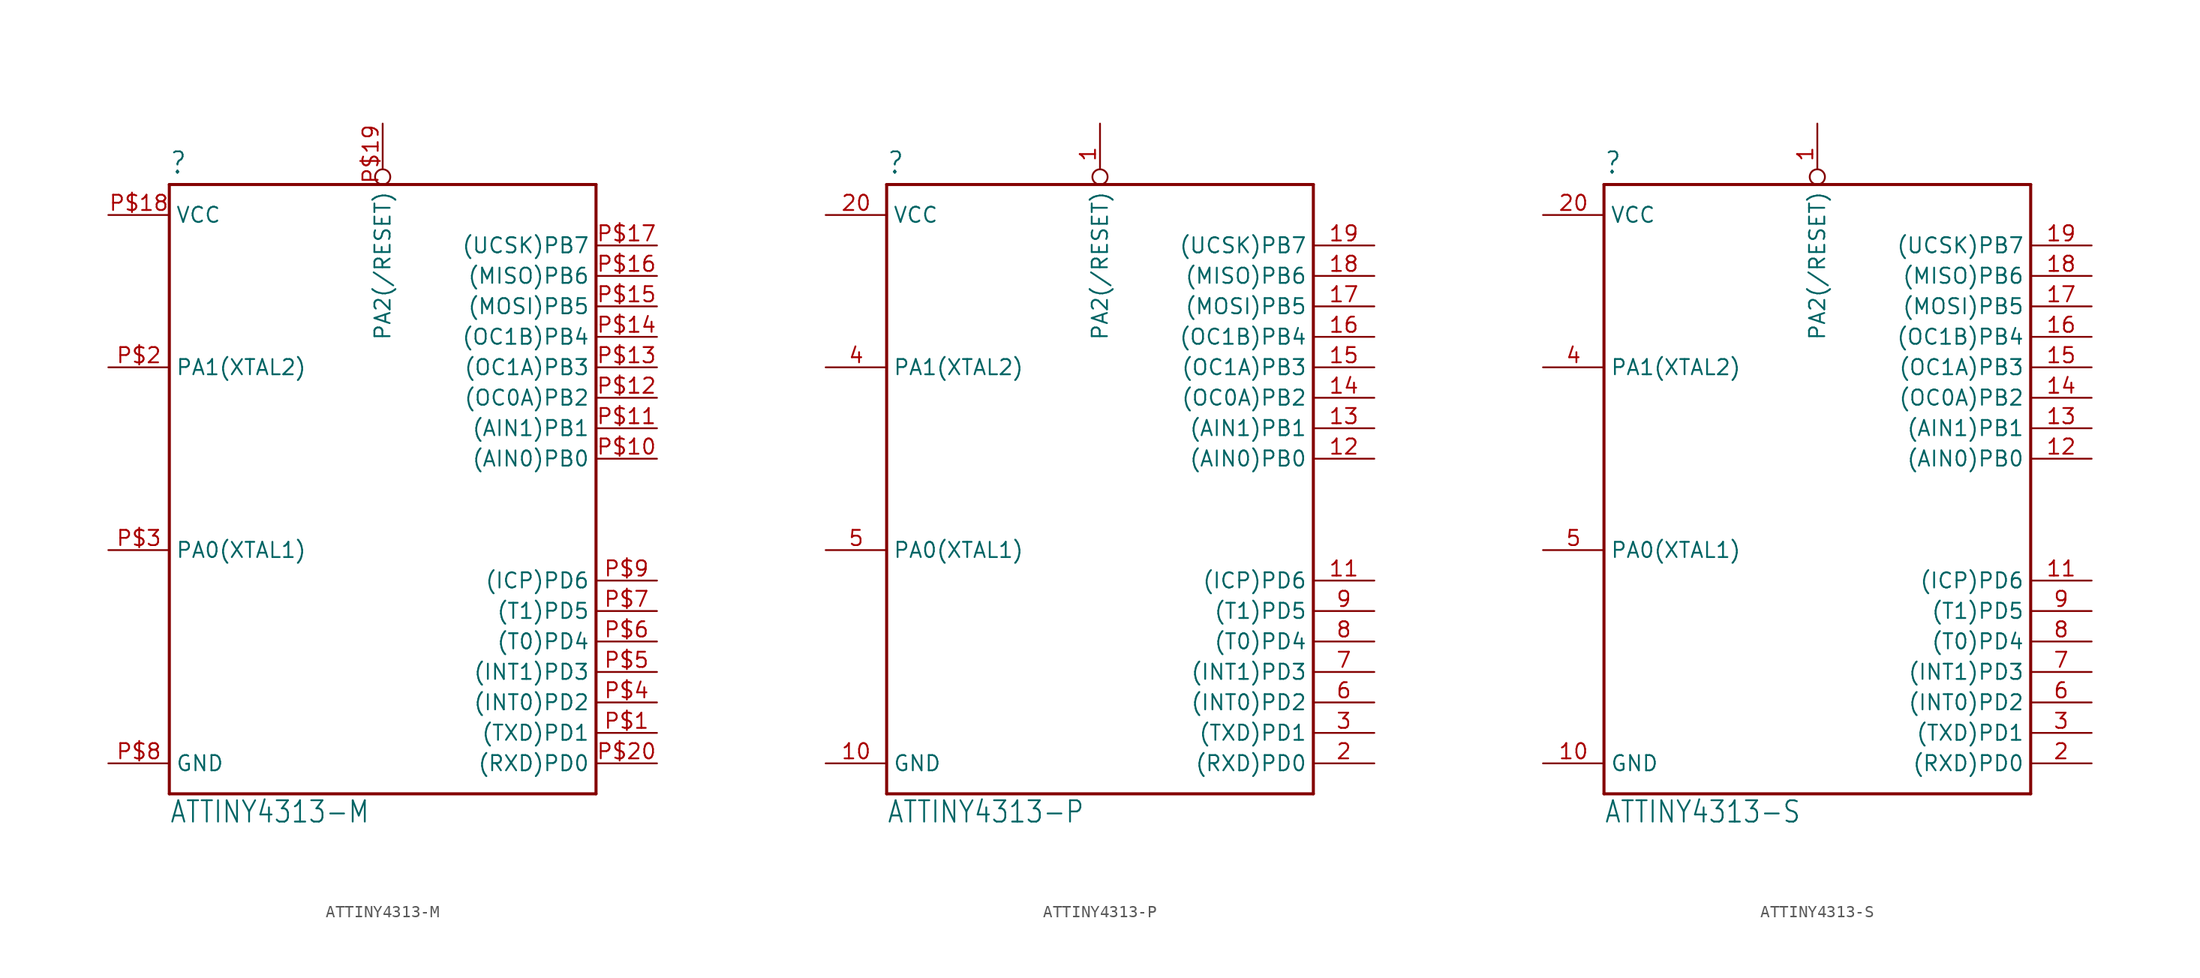
<source format=kicad_sym>
(kicad_symbol_lib
  (version 20211014)
  (generator kicad_symbol_editor)
  (symbol "ATTINY4313-M"
    (property "Reference" ""
      (at -15.24 21.082 0)
      (effects (font (size 1.778 1.511)) (justify left bottom)))
    (property "Value" "ATTINY4313-M"
      (at -15.24 -33.02 0)
      (effects (font (size 1.778 1.511)) (justify left bottom)))
    (property "ki_locked" ""
      (at 0 0 0)
      (effects (font (size 1.27 1.27))))
    (symbol "ATTINY4313-M_1_0"
      (polyline (pts (xy -15.24 -30.48) (xy -15.24 20.32)) (stroke (width 0.254) (type default) (color 0 0 0 0)) (fill (type none)))
      (polyline (pts (xy -15.24 20.32) (xy 20.32 20.32)) (stroke (width 0.254) (type default) (color 0 0 0 0)) (fill (type none)))
      (polyline (pts (xy 20.32 -30.48) (xy -15.24 -30.48)) (stroke (width 0.254) (type default) (color 0 0 0 0)) (fill (type none)))
      (polyline (pts (xy 20.32 20.32) (xy 20.32 -30.48)) (stroke (width 0.254) (type default) (color 0 0 0 0)) (fill (type none)))
      (pin bidirectional line (at 25.4 -25.4 180) (length 5.08) (name "(TXD)PD1" (effects (font (size 1.27 1.27)))) (number "P$1" (effects (font (size 1.27 1.27)))))
      (pin bidirectional line (at 25.4 -2.54 180) (length 5.08) (name "(AIN0)PB0" (effects (font (size 1.27 1.27)))) (number "P$10" (effects (font (size 1.27 1.27)))))
      (pin bidirectional line (at 25.4 0 180) (length 5.08) (name "(AIN1)PB1" (effects (font (size 1.27 1.27)))) (number "P$11" (effects (font (size 1.27 1.27)))))
      (pin bidirectional line (at 25.4 2.54 180) (length 5.08) (name "(OC0A)PB2" (effects (font (size 1.27 1.27)))) (number "P$12" (effects (font (size 1.27 1.27)))))
      (pin bidirectional line (at 25.4 5.08 180) (length 5.08) (name "(OC1A)PB3" (effects (font (size 1.27 1.27)))) (number "P$13" (effects (font (size 1.27 1.27)))))
      (pin bidirectional line (at 25.4 7.62 180) (length 5.08) (name "(OC1B)PB4" (effects (font (size 1.27 1.27)))) (number "P$14" (effects (font (size 1.27 1.27)))))
      (pin bidirectional line (at 25.4 10.16 180) (length 5.08) (name "(MOSI)PB5" (effects (font (size 1.27 1.27)))) (number "P$15" (effects (font (size 1.27 1.27)))))
      (pin bidirectional line (at 25.4 12.7 180) (length 5.08) (name "(MISO)PB6" (effects (font (size 1.27 1.27)))) (number "P$16" (effects (font (size 1.27 1.27)))))
      (pin bidirectional line (at 25.4 15.24 180) (length 5.08) (name "(UCSK)PB7" (effects (font (size 1.27 1.27)))) (number "P$17" (effects (font (size 1.27 1.27)))))
      (pin power_in line (at -20.32 17.78 0) (length 5.08) (name "VCC" (effects (font (size 1.27 1.27)))) (number "P$18" (effects (font (size 1.27 1.27)))))
      (pin input inverted (at 2.54 25.4 270) (length 5.08) (name "PA2(/RESET)" (effects (font (size 1.27 1.27)))) (number "P$19" (effects (font (size 1.27 1.27)))))
      (pin bidirectional line (at -20.32 5.08 0) (length 5.08) (name "PA1(XTAL2)" (effects (font (size 1.27 1.27)))) (number "P$2" (effects (font (size 1.27 1.27)))))
      (pin bidirectional line (at 25.4 -27.94 180) (length 5.08) (name "(RXD)PD0" (effects (font (size 1.27 1.27)))) (number "P$20" (effects (font (size 1.27 1.27)))))
      (pin bidirectional line (at -20.32 -10.16 0) (length 5.08) (name "PA0(XTAL1)" (effects (font (size 1.27 1.27)))) (number "P$3" (effects (font (size 1.27 1.27)))))
      (pin bidirectional line (at 25.4 -22.86 180) (length 5.08) (name "(INT0)PD2" (effects (font (size 1.27 1.27)))) (number "P$4" (effects (font (size 1.27 1.27)))))
      (pin bidirectional line (at 25.4 -20.32 180) (length 5.08) (name "(INT1)PD3" (effects (font (size 1.27 1.27)))) (number "P$5" (effects (font (size 1.27 1.27)))))
      (pin bidirectional line (at 25.4 -17.78 180) (length 5.08) (name "(T0)PD4" (effects (font (size 1.27 1.27)))) (number "P$6" (effects (font (size 1.27 1.27)))))
      (pin bidirectional line (at 25.4 -15.24 180) (length 5.08) (name "(T1)PD5" (effects (font (size 1.27 1.27)))) (number "P$7" (effects (font (size 1.27 1.27)))))
      (pin power_in line (at -20.32 -27.94 0) (length 5.08) (name "GND" (effects (font (size 1.27 1.27)))) (number "P$8" (effects (font (size 1.27 1.27)))))
      (pin bidirectional line (at 25.4 -12.7 180) (length 5.08) (name "(ICP)PD6" (effects (font (size 1.27 1.27)))) (number "P$9" (effects (font (size 1.27 1.27)))))))
  (symbol "ATTINY4313-P"
    (property "Reference" ""
      (at -15.24 21.082 0)
      (effects (font (size 1.778 1.511)) (justify left bottom)))
    (property "Value" "ATTINY4313-P"
      (at -15.24 -33.02 0)
      (effects (font (size 1.778 1.511)) (justify left bottom)))
    (property "ki_locked" ""
      (at 0 0 0)
      (effects (font (size 1.27 1.27))))
    (symbol "ATTINY4313-P_1_0"
      (polyline (pts (xy -15.24 -30.48) (xy -15.24 20.32)) (stroke (width 0.254) (type default) (color 0 0 0 0)) (fill (type none)))
      (polyline (pts (xy -15.24 20.32) (xy 20.32 20.32)) (stroke (width 0.254) (type default) (color 0 0 0 0)) (fill (type none)))
      (polyline (pts (xy 20.32 -30.48) (xy -15.24 -30.48)) (stroke (width 0.254) (type default) (color 0 0 0 0)) (fill (type none)))
      (polyline (pts (xy 20.32 20.32) (xy 20.32 -30.48)) (stroke (width 0.254) (type default) (color 0 0 0 0)) (fill (type none)))
      (pin input inverted (at 2.54 25.4 270) (length 5.08) (name "PA2(/RESET)" (effects (font (size 1.27 1.27)))) (number "1" (effects (font (size 1.27 1.27)))))
      (pin power_in line (at -20.32 -27.94 0) (length 5.08) (name "GND" (effects (font (size 1.27 1.27)))) (number "10" (effects (font (size 1.27 1.27)))))
      (pin bidirectional line (at 25.4 -12.7 180) (length 5.08) (name "(ICP)PD6" (effects (font (size 1.27 1.27)))) (number "11" (effects (font (size 1.27 1.27)))))
      (pin bidirectional line (at 25.4 -2.54 180) (length 5.08) (name "(AIN0)PB0" (effects (font (size 1.27 1.27)))) (number "12" (effects (font (size 1.27 1.27)))))
      (pin bidirectional line (at 25.4 0 180) (length 5.08) (name "(AIN1)PB1" (effects (font (size 1.27 1.27)))) (number "13" (effects (font (size 1.27 1.27)))))
      (pin bidirectional line (at 25.4 2.54 180) (length 5.08) (name "(OC0A)PB2" (effects (font (size 1.27 1.27)))) (number "14" (effects (font (size 1.27 1.27)))))
      (pin bidirectional line (at 25.4 5.08 180) (length 5.08) (name "(OC1A)PB3" (effects (font (size 1.27 1.27)))) (number "15" (effects (font (size 1.27 1.27)))))
      (pin bidirectional line (at 25.4 7.62 180) (length 5.08) (name "(OC1B)PB4" (effects (font (size 1.27 1.27)))) (number "16" (effects (font (size 1.27 1.27)))))
      (pin bidirectional line (at 25.4 10.16 180) (length 5.08) (name "(MOSI)PB5" (effects (font (size 1.27 1.27)))) (number "17" (effects (font (size 1.27 1.27)))))
      (pin bidirectional line (at 25.4 12.7 180) (length 5.08) (name "(MISO)PB6" (effects (font (size 1.27 1.27)))) (number "18" (effects (font (size 1.27 1.27)))))
      (pin bidirectional line (at 25.4 15.24 180) (length 5.08) (name "(UCSK)PB7" (effects (font (size 1.27 1.27)))) (number "19" (effects (font (size 1.27 1.27)))))
      (pin bidirectional line (at 25.4 -27.94 180) (length 5.08) (name "(RXD)PD0" (effects (font (size 1.27 1.27)))) (number "2" (effects (font (size 1.27 1.27)))))
      (pin power_in line (at -20.32 17.78 0) (length 5.08) (name "VCC" (effects (font (size 1.27 1.27)))) (number "20" (effects (font (size 1.27 1.27)))))
      (pin bidirectional line (at 25.4 -25.4 180) (length 5.08) (name "(TXD)PD1" (effects (font (size 1.27 1.27)))) (number "3" (effects (font (size 1.27 1.27)))))
      (pin bidirectional line (at -20.32 5.08 0) (length 5.08) (name "PA1(XTAL2)" (effects (font (size 1.27 1.27)))) (number "4" (effects (font (size 1.27 1.27)))))
      (pin bidirectional line (at -20.32 -10.16 0) (length 5.08) (name "PA0(XTAL1)" (effects (font (size 1.27 1.27)))) (number "5" (effects (font (size 1.27 1.27)))))
      (pin bidirectional line (at 25.4 -22.86 180) (length 5.08) (name "(INT0)PD2" (effects (font (size 1.27 1.27)))) (number "6" (effects (font (size 1.27 1.27)))))
      (pin bidirectional line (at 25.4 -20.32 180) (length 5.08) (name "(INT1)PD3" (effects (font (size 1.27 1.27)))) (number "7" (effects (font (size 1.27 1.27)))))
      (pin bidirectional line (at 25.4 -17.78 180) (length 5.08) (name "(T0)PD4" (effects (font (size 1.27 1.27)))) (number "8" (effects (font (size 1.27 1.27)))))
      (pin bidirectional line (at 25.4 -15.24 180) (length 5.08) (name "(T1)PD5" (effects (font (size 1.27 1.27)))) (number "9" (effects (font (size 1.27 1.27)))))))
  (symbol "ATTINY4313-S"
    (property "Reference" ""
      (at -15.24 21.082 0)
      (effects (font (size 1.778 1.511)) (justify left bottom)))
    (property "Value" "ATTINY4313-S"
      (at -15.24 -33.02 0)
      (effects (font (size 1.778 1.511)) (justify left bottom)))
    (property "ki_locked" ""
      (at 0 0 0)
      (effects (font (size 1.27 1.27))))
    (symbol "ATTINY4313-S_1_0"
      (polyline (pts (xy -15.24 -30.48) (xy -15.24 20.32)) (stroke (width 0.254) (type default) (color 0 0 0 0)) (fill (type none)))
      (polyline (pts (xy -15.24 20.32) (xy 20.32 20.32)) (stroke (width 0.254) (type default) (color 0 0 0 0)) (fill (type none)))
      (polyline (pts (xy 20.32 -30.48) (xy -15.24 -30.48)) (stroke (width 0.254) (type default) (color 0 0 0 0)) (fill (type none)))
      (polyline (pts (xy 20.32 20.32) (xy 20.32 -30.48)) (stroke (width 0.254) (type default) (color 0 0 0 0)) (fill (type none)))
      (pin input inverted (at 2.54 25.4 270) (length 5.08) (name "PA2(/RESET)" (effects (font (size 1.27 1.27)))) (number "1" (effects (font (size 1.27 1.27)))))
      (pin power_in line (at -20.32 -27.94 0) (length 5.08) (name "GND" (effects (font (size 1.27 1.27)))) (number "10" (effects (font (size 1.27 1.27)))))
      (pin bidirectional line (at 25.4 -12.7 180) (length 5.08) (name "(ICP)PD6" (effects (font (size 1.27 1.27)))) (number "11" (effects (font (size 1.27 1.27)))))
      (pin bidirectional line (at 25.4 -2.54 180) (length 5.08) (name "(AIN0)PB0" (effects (font (size 1.27 1.27)))) (number "12" (effects (font (size 1.27 1.27)))))
      (pin bidirectional line (at 25.4 0 180) (length 5.08) (name "(AIN1)PB1" (effects (font (size 1.27 1.27)))) (number "13" (effects (font (size 1.27 1.27)))))
      (pin bidirectional line (at 25.4 2.54 180) (length 5.08) (name "(OC0A)PB2" (effects (font (size 1.27 1.27)))) (number "14" (effects (font (size 1.27 1.27)))))
      (pin bidirectional line (at 25.4 5.08 180) (length 5.08) (name "(OC1A)PB3" (effects (font (size 1.27 1.27)))) (number "15" (effects (font (size 1.27 1.27)))))
      (pin bidirectional line (at 25.4 7.62 180) (length 5.08) (name "(OC1B)PB4" (effects (font (size 1.27 1.27)))) (number "16" (effects (font (size 1.27 1.27)))))
      (pin bidirectional line (at 25.4 10.16 180) (length 5.08) (name "(MOSI)PB5" (effects (font (size 1.27 1.27)))) (number "17" (effects (font (size 1.27 1.27)))))
      (pin bidirectional line (at 25.4 12.7 180) (length 5.08) (name "(MISO)PB6" (effects (font (size 1.27 1.27)))) (number "18" (effects (font (size 1.27 1.27)))))
      (pin bidirectional line (at 25.4 15.24 180) (length 5.08) (name "(UCSK)PB7" (effects (font (size 1.27 1.27)))) (number "19" (effects (font (size 1.27 1.27)))))
      (pin bidirectional line (at 25.4 -27.94 180) (length 5.08) (name "(RXD)PD0" (effects (font (size 1.27 1.27)))) (number "2" (effects (font (size 1.27 1.27)))))
      (pin power_in line (at -20.32 17.78 0) (length 5.08) (name "VCC" (effects (font (size 1.27 1.27)))) (number "20" (effects (font (size 1.27 1.27)))))
      (pin bidirectional line (at 25.4 -25.4 180) (length 5.08) (name "(TXD)PD1" (effects (font (size 1.27 1.27)))) (number "3" (effects (font (size 1.27 1.27)))))
      (pin bidirectional line (at -20.32 5.08 0) (length 5.08) (name "PA1(XTAL2)" (effects (font (size 1.27 1.27)))) (number "4" (effects (font (size 1.27 1.27)))))
      (pin bidirectional line (at -20.32 -10.16 0) (length 5.08) (name "PA0(XTAL1)" (effects (font (size 1.27 1.27)))) (number "5" (effects (font (size 1.27 1.27)))))
      (pin bidirectional line (at 25.4 -22.86 180) (length 5.08) (name "(INT0)PD2" (effects (font (size 1.27 1.27)))) (number "6" (effects (font (size 1.27 1.27)))))
      (pin bidirectional line (at 25.4 -20.32 180) (length 5.08) (name "(INT1)PD3" (effects (font (size 1.27 1.27)))) (number "7" (effects (font (size 1.27 1.27)))))
      (pin bidirectional line (at 25.4 -17.78 180) (length 5.08) (name "(T0)PD4" (effects (font (size 1.27 1.27)))) (number "8" (effects (font (size 1.27 1.27)))))
      (pin bidirectional line (at 25.4 -15.24 180) (length 5.08) (name "(T1)PD5" (effects (font (size 1.27 1.27)))) (number "9" (effects (font (size 1.27 1.27))))))))
</source>
